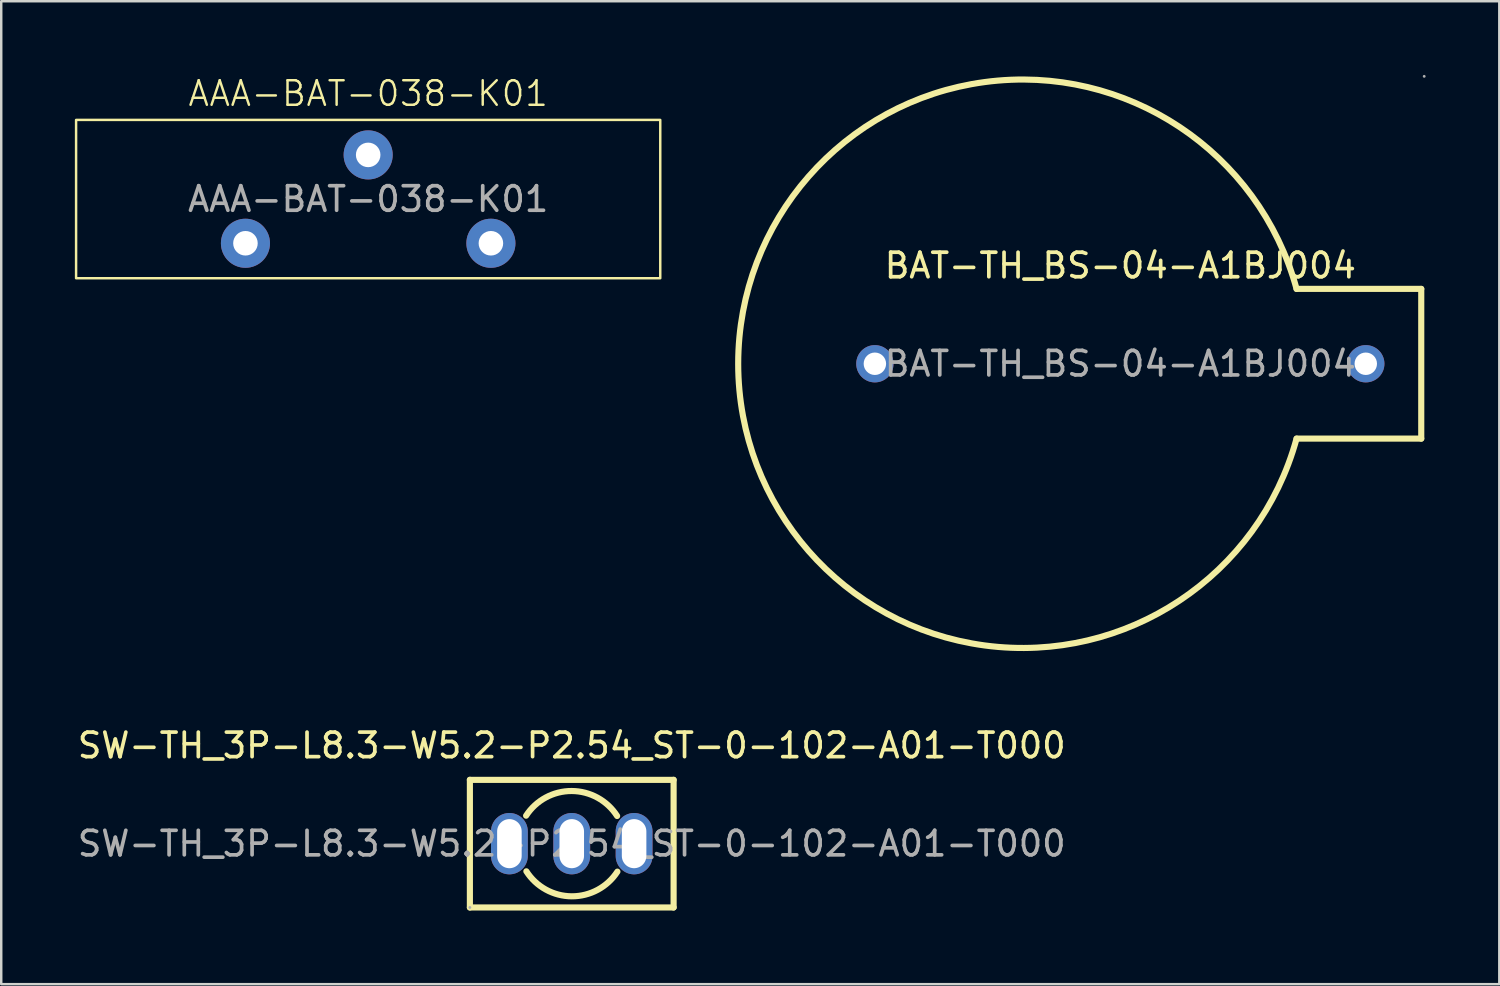
<source format=kicad_pcb>
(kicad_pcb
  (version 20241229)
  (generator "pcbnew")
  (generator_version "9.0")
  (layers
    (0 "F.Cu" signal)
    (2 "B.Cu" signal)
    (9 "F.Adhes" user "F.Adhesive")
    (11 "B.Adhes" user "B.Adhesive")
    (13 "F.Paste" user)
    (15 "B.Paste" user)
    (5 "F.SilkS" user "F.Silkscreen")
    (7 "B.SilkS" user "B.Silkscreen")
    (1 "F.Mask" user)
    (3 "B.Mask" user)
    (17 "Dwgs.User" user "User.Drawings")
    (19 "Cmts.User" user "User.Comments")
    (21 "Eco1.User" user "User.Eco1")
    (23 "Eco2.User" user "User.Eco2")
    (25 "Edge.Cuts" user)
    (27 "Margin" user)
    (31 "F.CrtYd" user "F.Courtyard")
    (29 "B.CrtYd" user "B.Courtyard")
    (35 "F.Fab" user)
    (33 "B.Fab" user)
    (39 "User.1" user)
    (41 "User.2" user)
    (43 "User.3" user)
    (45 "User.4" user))
  (footprint "BAT-TH_BS-04-A1BJ004"
    (layer "F.Cu")
    (at 42.594 11.77)
    (property "Reference" "BAT-TH_BS-04-A1BJ004" (at 0 -4 0) (layer "F.SilkS") (effects (font (size 1 1) (thickness 0.15))))
    (attr through_hole)
    (fp_line (start 7.18 -3.05) (end 12.26 -3.05) (stroke (width 0.25) (type solid)) (layer "F.SilkS"))
    (fp_line (start 7.18 3.05) (end 12.26 3.05) (stroke (width 0.25) (type solid)) (layer "F.SilkS"))
    (fp_line (start 12.26 -3.05) (end 12.26 3.05) (stroke (width 0.25) (type solid)) (layer "F.SilkS"))
    (fp_arc (start 7.18 3.05) (mid -15.56892 -0.000501) (end 7.180264 -3.049034) (stroke (width 0.25) (type solid)) (layer "F.SilkS"))
    (fp_circle (center -10 0) (end -9.82 0) (stroke (width 0.36) (type solid)) (fill no) (layer "F.Fab"))
    (fp_circle (center 10 0) (end 10.18 0) (stroke (width 0.36) (type solid)) (fill no) (layer "F.Fab"))
    (fp_circle (center 12.38 -11.71) (end 12.41 -11.71) (stroke (width 0.06) (type solid)) (fill no) (layer "F.Fab"))
    (fp_text user "${REFERENCE}" (at 0 0 0) (layer "F.Fab") (effects (font (size 1 1) (thickness 0.15))))
    (pad "1" thru_hole circle (at 10 0) (size 1.52 1.52) (drill 0.914) (layers "*.Cu" "*.Mask"))
    (pad "2" thru_hole circle (at -10 0) (size 1.52 1.52) (drill 0.914) (layers "*.Cu" "*.Mask")))
  (footprint "SW-TH_3P-L8.3-W5.2-P2.54_ST-0-102-A01-T000"
    (layer "F.Cu")
    (at 20.244 31.322)
    (property "Reference" "SW-TH_3P-L8.3-W5.2-P2.54_ST-0-102-A01-T000" (at 0 -4 0) (layer "F.SilkS") (effects (font (size 1 1) (thickness 0.15))))
    (attr through_hole)
    (fp_line (start -4.15 -2.6) (end 4.15 -2.6) (stroke (width 0.25) (type solid)) (layer "F.SilkS"))
    (fp_line (start -4.15 2.6) (end -4.15 -2.6) (stroke (width 0.25) (type solid)) (layer "F.SilkS"))
    (fp_line (start 4.15 -2.6) (end 4.15 2.6) (stroke (width 0.25) (type solid)) (layer "F.SilkS"))
    (fp_line (start 4.15 2.6) (end -4.15 2.6) (stroke (width 0.25) (type solid)) (layer "F.SilkS"))
    (fp_arc (start -1.86 -1.14) (mid -0.002133 -2.145094) (end 1.848515 -1.12677) (stroke (width 0.25) (type solid)) (layer "F.SilkS"))
    (fp_arc (start 1.86 1.14) (mid 0.002133 2.145094) (end -1.848515 1.12677) (stroke (width 0.25) (type solid)) (layer "F.SilkS"))
    (fp_circle (center -4.15 2.6) (end -4.12 2.6) (stroke (width 0.06) (type solid)) (fill no) (layer "F.Fab"))
    (fp_text user "${REFERENCE}" (at 0 0 0) (layer "F.Fab") (effects (font (size 1 1) (thickness 0.15))))
    (pad "1" thru_hole oval (at -2.54 0) (size 1.5 2.5) (drill oval 1 2) (layers "*.Cu" "*.Mask"))
    (pad "2" thru_hole oval (at 0 0) (size 1.5 2.5) (drill oval 1 2) (layers "*.Cu" "*.Mask"))
    (pad "3" thru_hole oval (at 2.54 0) (size 1.5 2.5) (drill oval 1 2) (layers "*.Cu" "*.Mask")))
  (footprint "AAA-BAT-038-K01"
    (layer "F.Cu")
    (at 11.95 5.061)
    (property "Reference" "AAA-BAT-038-K01" (at 0 -4.3 0) (unlocked yes) (layer "F.SilkS") (effects (font (size 1 1) (thickness 0.1))))
    (attr through_hole)
    (fp_rect (start -11.9 -3.225) (end 11.9 3.225) (stroke (width 0.1) (type default)) (fill no) (layer "F.SilkS"))
    (fp_text user "${REFERENCE}" (at 0 0 0) (unlocked yes) (layer "F.Fab") (effects (font (size 1 1) (thickness 0.15))))
    (pad "1" thru_hole circle (at -5 1.8) (size 2 2) (drill 1) (layers "*.Cu" "*.Mask"))
    (pad "1" thru_hole circle (at 5 1.8) (size 2 2) (drill 1) (layers "*.Cu" "*.Mask"))
    (pad "2" thru_hole circle (at 0 -1.8) (size 2 2) (drill 1) (layers "*.Cu" "*.Mask")))
  (gr_rect
    (start -3 -3)
    (end 58.034 37.047)
    (stroke (width 0.1) (type default))
    (fill no)
    (layer "Edge.Cuts")))
</source>
